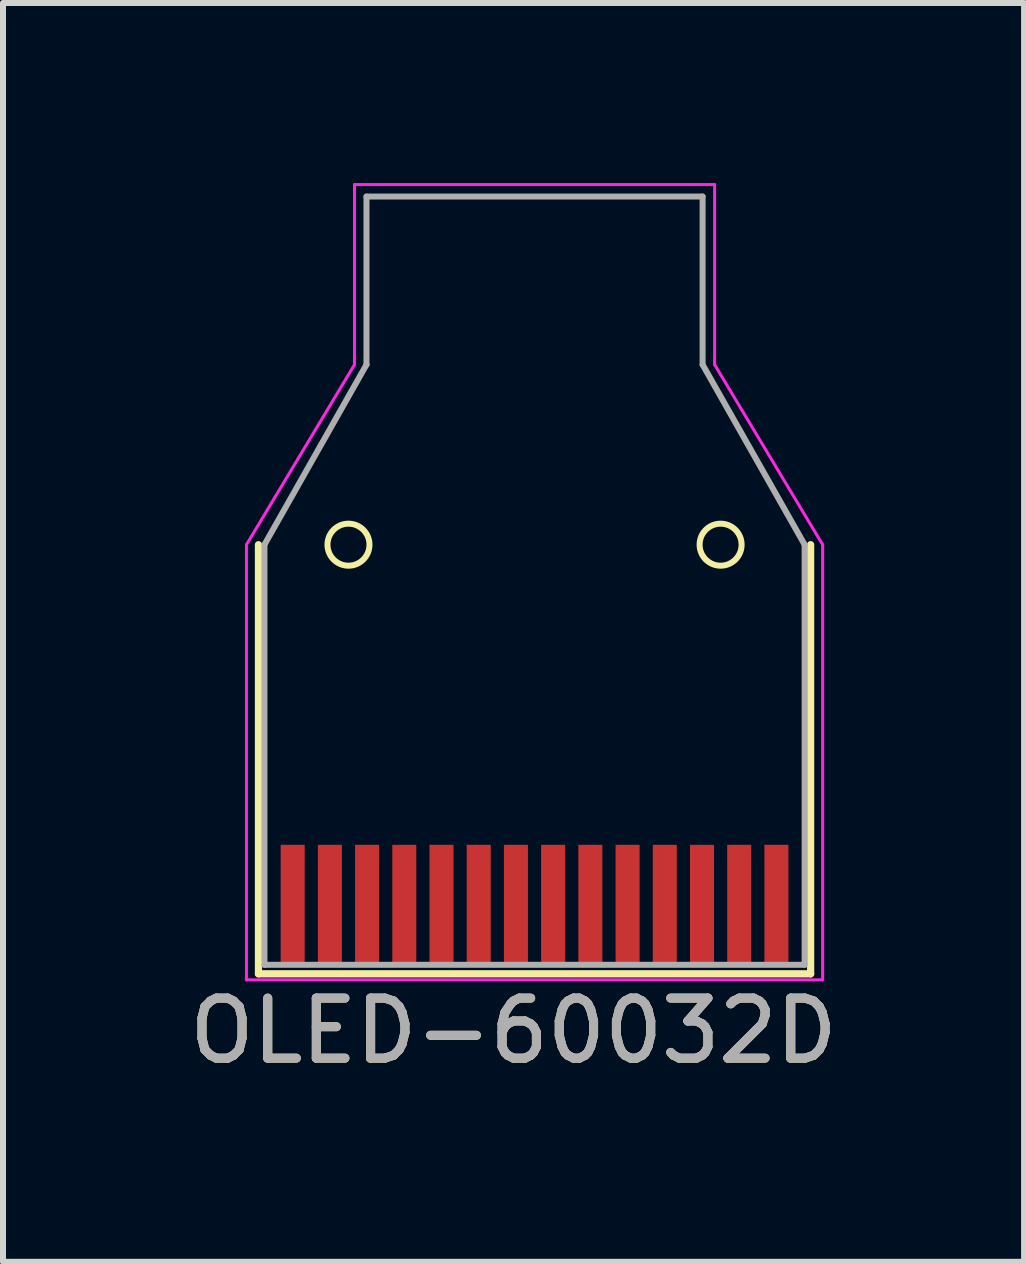
<source format=kicad_pcb>
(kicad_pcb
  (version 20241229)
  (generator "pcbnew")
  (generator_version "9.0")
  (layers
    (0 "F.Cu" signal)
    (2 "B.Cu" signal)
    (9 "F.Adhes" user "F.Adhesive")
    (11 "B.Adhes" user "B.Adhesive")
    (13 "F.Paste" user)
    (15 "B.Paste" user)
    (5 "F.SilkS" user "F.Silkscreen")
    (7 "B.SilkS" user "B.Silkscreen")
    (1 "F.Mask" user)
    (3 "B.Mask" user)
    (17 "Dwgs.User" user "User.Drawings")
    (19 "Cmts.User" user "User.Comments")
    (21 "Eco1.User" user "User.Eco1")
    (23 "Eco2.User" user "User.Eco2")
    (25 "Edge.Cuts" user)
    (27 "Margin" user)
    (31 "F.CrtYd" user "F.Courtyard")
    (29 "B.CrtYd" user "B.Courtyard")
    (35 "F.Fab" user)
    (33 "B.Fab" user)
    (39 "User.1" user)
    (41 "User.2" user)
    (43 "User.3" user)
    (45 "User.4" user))
  (footprint "OLED-60032D"
    (layer "F.Cu")
    (at 5.856 12.025)
    (property "Reference" "OLED-60032D" (at -0.35 2.1 0) (layer "F.SilkS") (effects (font (size 1 1) (thickness 0.15))))
    (attr smd)
    (fp_line (start -4.6 -6) (end -4.6 1.15) (stroke (width 0.12) (type solid)) (layer "F.SilkS"))
    (fp_line (start -4.6 1.15) (end 4.6 1.15) (stroke (width 0.12) (type solid)) (layer "F.SilkS"))
    (fp_line (start 4.6 1.15) (end 4.6 -6) (stroke (width 0.12) (type solid)) (layer "F.SilkS"))
    (fp_circle (center -3.1 -6) (end -2.75 -6) (stroke (width 0.1) (type solid)) (fill no) (layer "F.SilkS"))
    (fp_circle (center 3.1 -6) (end 3.45 -6) (stroke (width 0.1) (type solid)) (fill no) (layer "F.SilkS"))
    (fp_line (start -4.8 -6) (end -4.8 1.25) (stroke (width 0.05) (type solid)) (layer "F.CrtYd"))
    (fp_line (start -3 -12) (end -3 -9) (stroke (width 0.05) (type solid)) (layer "F.CrtYd"))
    (fp_line (start -3 -9) (end -4.8 -6) (stroke (width 0.05) (type solid)) (layer "F.CrtYd"))
    (fp_line (start 3 -12) (end -3 -12) (stroke (width 0.05) (type solid)) (layer "F.CrtYd"))
    (fp_line (start 3 -12) (end 3 -9) (stroke (width 0.05) (type solid)) (layer "F.CrtYd"))
    (fp_line (start 3 -9) (end 4.8 -6) (stroke (width 0.05) (type solid)) (layer "F.CrtYd"))
    (fp_line (start 4.8 1.25) (end -4.8 1.25) (stroke (width 0.05) (type solid)) (layer "F.CrtYd"))
    (fp_line (start 4.8 1.25) (end 4.8 -6) (stroke (width 0.05) (type solid)) (layer "F.CrtYd"))
    (fp_line (start -4.5 -6) (end -2.8 -9) (stroke (width 0.1) (type solid)) (layer "F.Fab"))
    (fp_line (start -4.5 1) (end -4.5 -6) (stroke (width 0.1) (type solid)) (layer "F.Fab"))
    (fp_line (start -4.5 1) (end 4.5 1) (stroke (width 0.1) (type solid)) (layer "F.Fab"))
    (fp_line (start -2.8 -11.8) (end 2.8 -11.8) (stroke (width 0.1) (type solid)) (layer "F.Fab"))
    (fp_line (start -2.8 -9) (end -2.8 -11.8) (stroke (width 0.1) (type solid)) (layer "F.Fab"))
    (fp_line (start 2.8 -9) (end 2.8 -11.8) (stroke (width 0.1) (type solid)) (layer "F.Fab"))
    (fp_line (start 4.5 -6) (end 2.8 -9) (stroke (width 0.1) (type solid)) (layer "F.Fab"))
    (fp_line (start 4.5 1) (end 4.5 -6) (stroke (width 0.1) (type solid)) (layer "F.Fab"))
    (fp_text user "${REFERENCE}" (at -0.35 2.1 0) (layer "F.Fab") (effects (font (size 1 1) (thickness 0.15))))
    (pad "1" smd rect (at -4.03 0) (size 0.4 2) (layers "F.Cu" "F.Mask" "F.Paste"))
    (pad "2" smd rect (at -3.41 0) (size 0.4 2) (layers "F.Cu" "F.Mask" "F.Paste"))
    (pad "3" smd rect (at -2.79 0) (size 0.4 2) (layers "F.Cu" "F.Mask" "F.Paste"))
    (pad "4" smd rect (at -2.17 0) (size 0.4 2) (layers "F.Cu" "F.Mask" "F.Paste"))
    (pad "5" smd rect (at -1.55 0) (size 0.4 2) (layers "F.Cu" "F.Mask" "F.Paste"))
    (pad "6" smd rect (at -0.93 0) (size 0.4 2) (layers "F.Cu" "F.Mask" "F.Paste"))
    (pad "7" smd rect (at -0.31 0) (size 0.4 2) (layers "F.Cu" "F.Mask" "F.Paste"))
    (pad "8" smd rect (at 0.31 0) (size 0.4 2) (layers "F.Cu" "F.Mask" "F.Paste"))
    (pad "9" smd rect (at 0.93 0) (size 0.4 2) (layers "F.Cu" "F.Mask" "F.Paste"))
    (pad "10" smd rect (at 1.55 0) (size 0.4 2) (layers "F.Cu" "F.Mask" "F.Paste"))
    (pad "11" smd rect (at 2.17 0) (size 0.4 2) (layers "F.Cu" "F.Mask" "F.Paste"))
    (pad "12" smd rect (at 2.79 0) (size 0.4 2) (layers "F.Cu" "F.Mask" "F.Paste"))
    (pad "13" smd rect (at 3.41 0) (size 0.4 2) (layers "F.Cu" "F.Mask" "F.Paste"))
    (pad "14" smd rect (at 4.03 0) (size 0.4 2) (layers "F.Cu" "F.Mask" "F.Paste")))
  (gr_rect
    (start -3 -3)
    (end 14.012 17.973)
    (stroke (width 0.1) (type default))
    (fill no)
    (layer "Edge.Cuts")))
</source>
